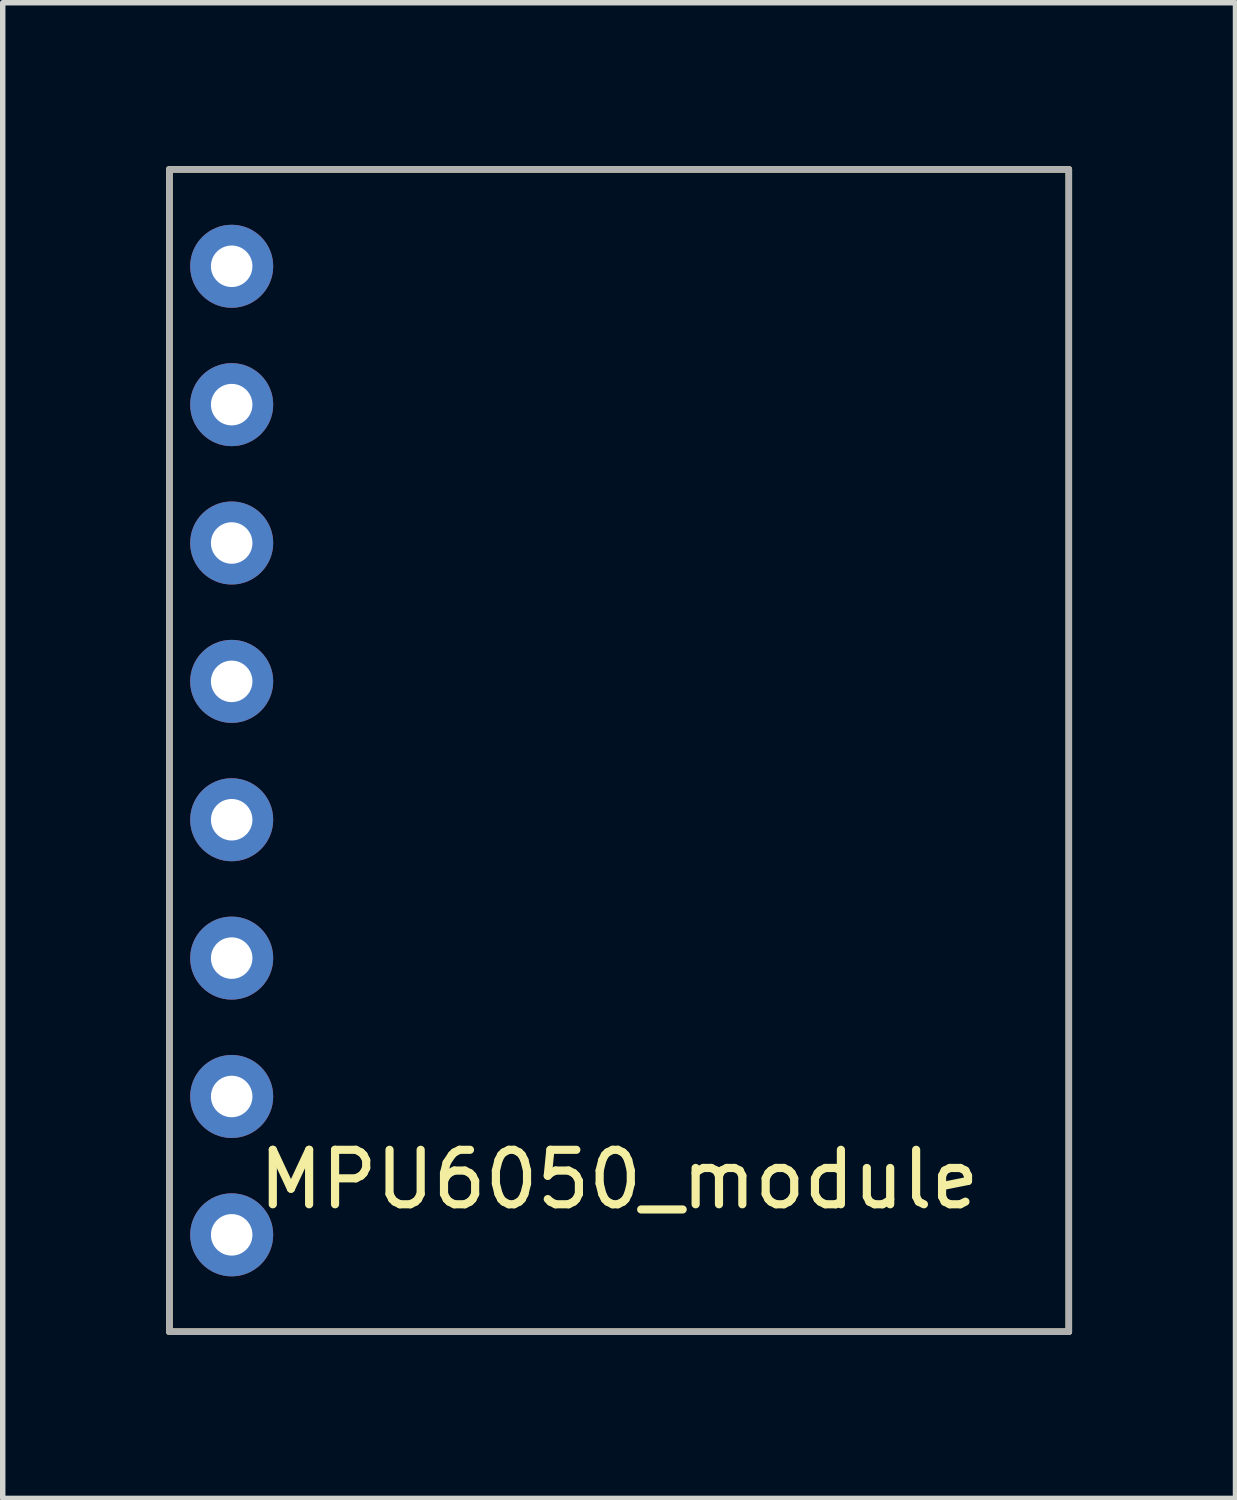
<source format=kicad_pcb>
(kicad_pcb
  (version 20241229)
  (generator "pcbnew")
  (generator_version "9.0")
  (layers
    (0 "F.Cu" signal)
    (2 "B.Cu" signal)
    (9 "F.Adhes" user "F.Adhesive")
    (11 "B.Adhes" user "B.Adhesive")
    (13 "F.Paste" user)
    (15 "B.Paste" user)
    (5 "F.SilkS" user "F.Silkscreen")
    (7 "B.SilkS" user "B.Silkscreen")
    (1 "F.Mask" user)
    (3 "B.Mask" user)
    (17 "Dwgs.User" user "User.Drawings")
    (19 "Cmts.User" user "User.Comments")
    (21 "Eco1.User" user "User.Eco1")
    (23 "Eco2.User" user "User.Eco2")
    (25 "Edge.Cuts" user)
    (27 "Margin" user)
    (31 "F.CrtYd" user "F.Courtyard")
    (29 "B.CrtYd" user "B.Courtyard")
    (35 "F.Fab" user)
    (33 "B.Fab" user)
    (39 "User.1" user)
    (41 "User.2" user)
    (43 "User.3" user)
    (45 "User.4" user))
  (footprint "MPU6050_module"
    (layer "F.Cu")
    (at 8.315 10.728)
    (property "Reference" "MPU6050_module" (at 0 7.874 0) (layer "F.SilkS") (effects (font (size 1 1) (thickness 0.15))))
    (attr through_hole)
    (fp_line (start -8.255 -10.668) (end 8.255 -10.668) (stroke (width 0.12) (type solid)) (layer "F.SilkS"))
    (fp_line (start -8.255 10.668) (end -8.255 -10.668) (stroke (width 0.12) (type solid)) (layer "F.SilkS"))
    (fp_line (start 8.255 -10.668) (end 8.255 10.668) (stroke (width 0.12) (type solid)) (layer "F.SilkS"))
    (fp_line (start 8.255 10.668) (end -8.255 10.668) (stroke (width 0.12) (type solid)) (layer "F.SilkS"))
    (fp_line (start -8.255 -10.668) (end 8.255 -10.668) (stroke (width 0.12) (type solid)) (layer "F.Fab"))
    (fp_line (start -8.255 10.668) (end -8.255 -10.668) (stroke (width 0.12) (type solid)) (layer "F.Fab"))
    (fp_line (start -8.255 10.668) (end 8.255 10.668) (stroke (width 0.12) (type solid)) (layer "F.Fab"))
    (fp_line (start 8.255 10.668) (end 8.255 -10.668) (stroke (width 0.12) (type solid)) (layer "F.Fab"))
    (pad "1" thru_hole circle (at -7.112 -8.89) (size 1.524 1.524) (drill 0.762) (layers "*.Cu" "*.Mask"))
    (pad "2" thru_hole circle (at -7.112 -6.35) (size 1.524 1.524) (drill 0.762) (layers "*.Cu" "*.Mask"))
    (pad "3" thru_hole circle (at -7.112 -3.81) (size 1.524 1.524) (drill 0.762) (layers "*.Cu" "*.Mask"))
    (pad "4" thru_hole circle (at -7.112 -1.27) (size 1.524 1.524) (drill 0.762) (layers "*.Cu" "*.Mask"))
    (pad "5" thru_hole circle (at -7.112 1.27) (size 1.524 1.524) (drill 0.762) (layers "*.Cu" "*.Mask"))
    (pad "6" thru_hole circle (at -7.112 3.81) (size 1.524 1.524) (drill 0.762) (layers "*.Cu" "*.Mask"))
    (pad "7" thru_hole circle (at -7.112 6.35) (size 1.524 1.524) (drill 0.762) (layers "*.Cu" "*.Mask"))
    (pad "8" thru_hole circle (at -7.112 8.89) (size 1.524 1.524) (drill 0.762) (layers "*.Cu" "*.Mask")))
  (gr_rect
    (start -3 -3)
    (end 19.63 24.456)
    (stroke (width 0.1) (type default))
    (fill no)
    (layer "Edge.Cuts")))
</source>
